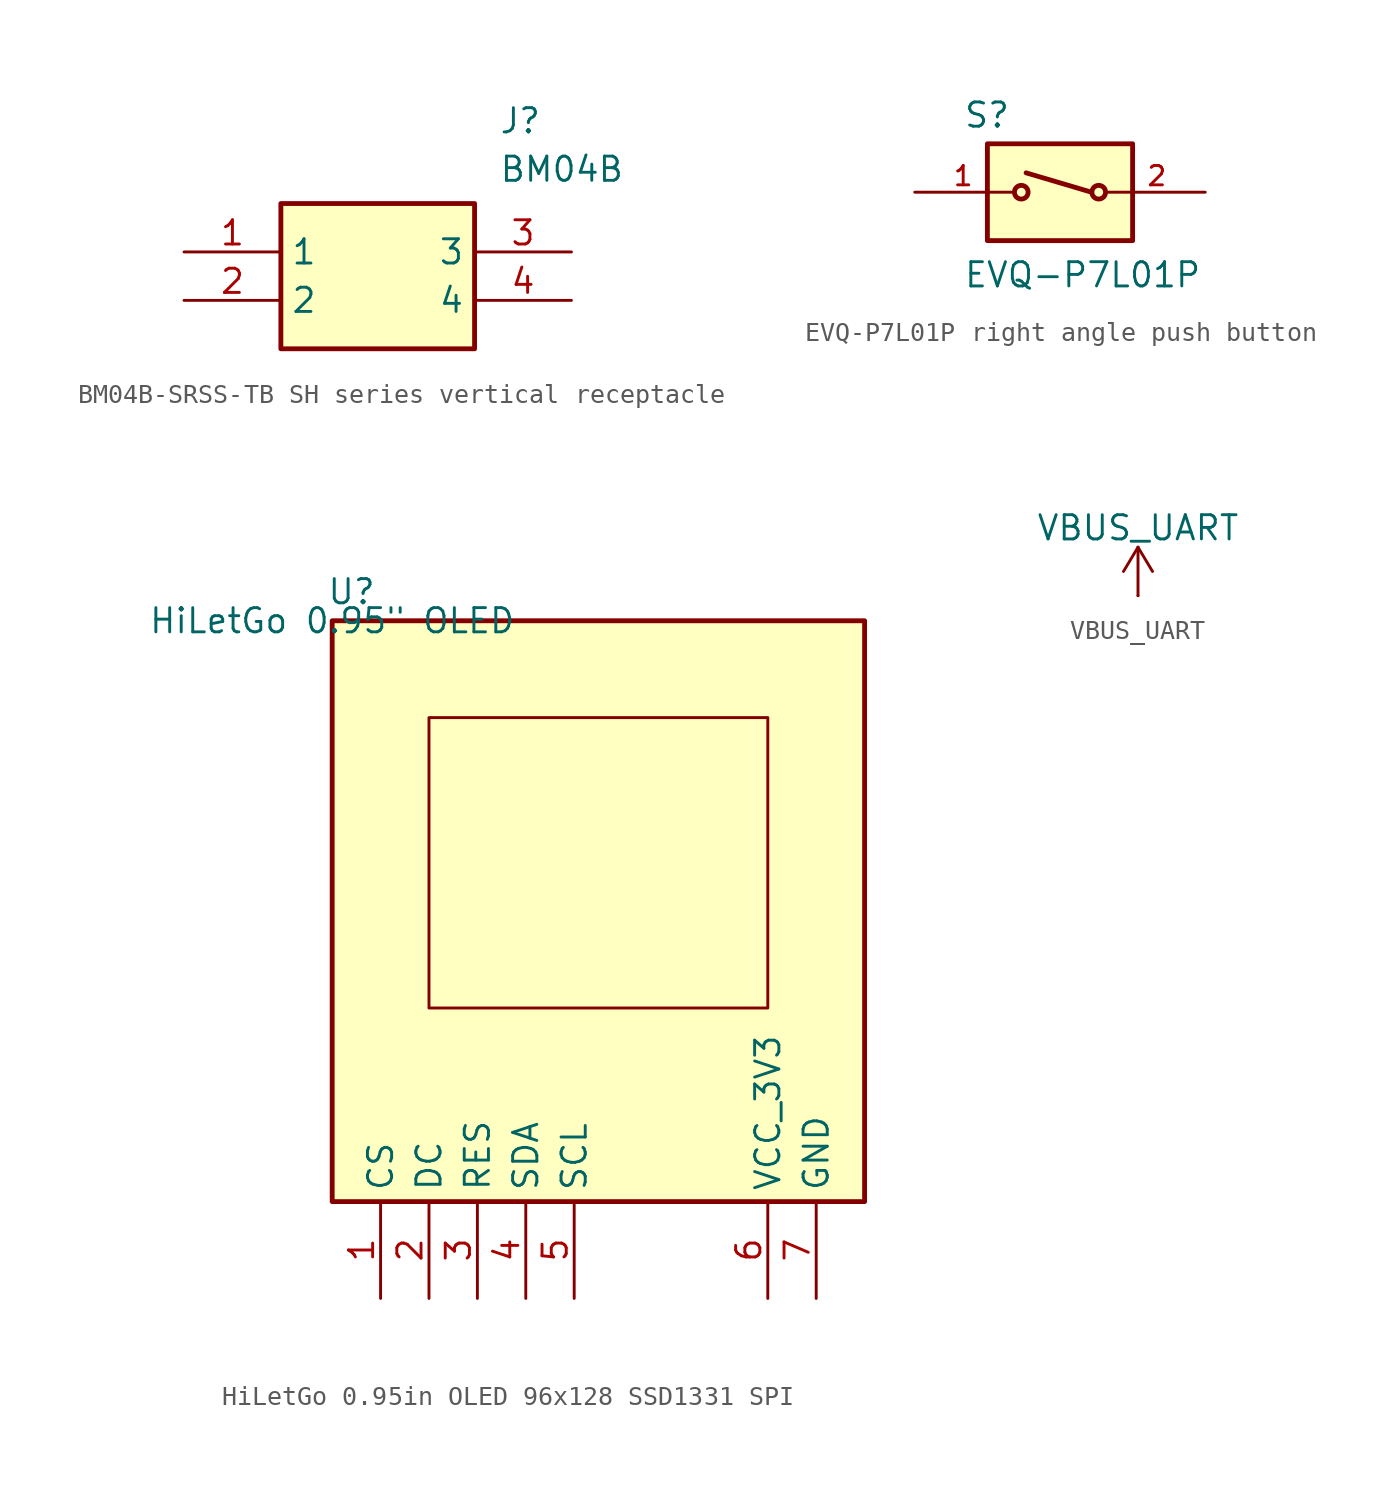
<source format=kicad_sym>
(kicad_symbol_lib
  (version 20231120)
  (generator "kicad_symbol_editor")
  (generator_version "8.0")
  (symbol "BM04B-SRSS-TB SH series vertical receptacle"
    (property "Reference" "J"
      (at 16.51 7.62 0)
      (effects (font (size 1.27 1.27)) (justify left top)))
    (property "Value" "BM04B"
      (at 16.51 5.08 0)
      (effects (font (size 1.27 1.27)) (justify left top)))
    (symbol "BM04B-SRSS-TB SH series vertical receptacle_1_1"
      (rectangle (start 5.08 2.54) (end 15.24 -5.08) (stroke (width 0.254) (type default)) (fill (type background)))
      (pin passive line (at 0 0 0) (length 5.08) (name "1" (effects (font (size 1.27 1.27)))) (number "1" (effects (font (size 1.27 1.27)))))
      (pin passive line (at 0 -2.54 0) (length 5.08) (name "2" (effects (font (size 1.27 1.27)))) (number "2" (effects (font (size 1.27 1.27)))))
      (pin passive line (at 20.32 0 180) (length 5.08) (name "3" (effects (font (size 1.27 1.27)))) (number "3" (effects (font (size 1.27 1.27)))))
      (pin passive line (at 20.32 -2.54 180) (length 5.08) (name "4" (effects (font (size 1.27 1.27)))) (number "4" (effects (font (size 1.27 1.27)))))))
  (symbol "EVQ-P7L01P right angle push button"
    (pin_names
      (offset 1.016))
    (property "Reference" "S"
      (at -5.08 3.302 0)
      (effects (font (size 1.27 1.27)) (justify left bottom)))
    (property "Value" "EVQ-P7L01P"
      (at -5.08 -5.08 0)
      (effects (font (size 1.27 1.27)) (justify left bottom)))
    (symbol "EVQ-P7L01P right angle push button_0_0"
      (rectangle (start -3.81 2.54) (end 3.81 -2.54) (stroke (width 0.254) (type default)) (fill (type background)))
      (circle (center -2.032 0) (radius 0.359) (stroke (width 0.254) (type default)) (fill (type none)))
      (polyline (pts (xy 1.651 0) (xy -1.778 1.016)) (stroke (width 0.254) (type default)) (fill (type none)))
      (circle (center 2.032 0) (radius 0.359) (stroke (width 0.254) (type default)) (fill (type none))))
    (symbol "EVQ-P7L01P right angle push button_1_0"
      (pin passive line (at -7.62 0 0) (length 5.08) (name "~" (effects (font (size 1.016 1.016)))) (number "1" (effects (font (size 1.016 1.016)))))
      (pin passive line (at 7.62 0 180) (length 5.08) (name "~" (effects (font (size 1.016 1.016)))) (number "2" (effects (font (size 1.016 1.016)))))))
  (symbol "HiLetGo 0.95in OLED 96x128 SSD1331 SPI"
    (property "Reference" "U"
      (at 1.016 1.524 0)
      (effects (font (size 1.27 1.27))))
    (property "Value" "HiLetGo 0.95\" OLED"
      (at 0 0 0)
      (effects (font (size 1.27 1.27))))
    (symbol "HiLetGo 0.95in OLED 96x128 SSD1331 SPI_0_1"
      (rectangle (start 5.08 -5.08) (end 22.86 -20.32) (stroke (width 0) (type default)) (fill (type none))))
    (symbol "HiLetGo 0.95in OLED 96x128 SSD1331 SPI_1_1"
      (rectangle (start 0 0) (end 27.94 -30.48) (stroke (width 0.254) (type default)) (fill (type background)))
      (pin passive line (at 2.54 -35.56 90) (length 5.08) (name "CS" (effects (font (size 1.27 1.27)))) (number "1" (effects (font (size 1.27 1.27)))))
      (pin passive line (at 5.08 -35.56 90) (length 5.08) (name "DC" (effects (font (size 1.27 1.27)))) (number "2" (effects (font (size 1.27 1.27)))))
      (pin passive line (at 7.62 -35.56 90) (length 5.08) (name "RES" (effects (font (size 1.27 1.27)))) (number "3" (effects (font (size 1.27 1.27)))))
      (pin passive line (at 10.16 -35.56 90) (length 5.08) (name "SDA" (effects (font (size 1.27 1.27)))) (number "4" (effects (font (size 1.27 1.27)))))
      (pin passive line (at 12.7 -35.56 90) (length 5.08) (name "SCL" (effects (font (size 1.27 1.27)))) (number "5" (effects (font (size 1.27 1.27)))))
      (pin power_in line (at 22.86 -35.56 90) (length 5.08) (name "VCC_3V3" (effects (font (size 1.27 1.27)))) (number "6" (effects (font (size 1.27 1.27)))))
      (pin power_in line (at 25.4 -35.56 90) (length 5.08) (name "GND" (effects (font (size 1.27 1.27)))) (number "7" (effects (font (size 1.27 1.27)))))))
  (symbol "VBUS_UART"
    (power)
    (pin_numbers hide)
    (pin_names
      (offset 0) hide)
    (property "Reference" "#PWR"
      (at 0 -3.81 0)
      (effects (font (size 1.27 1.27)) (hide yes)))
    (property "Value" "VBUS_UART"
      (at 0 3.556 0)
      (effects (font (size 1.27 1.27))))
    (symbol "VBUS_UART_0_1"
      (polyline (pts (xy -0.762 1.27) (xy 0 2.54)) (stroke (width 0) (type default)) (fill (type none)))
      (polyline (pts (xy 0 0) (xy 0 2.54)) (stroke (width 0) (type default)) (fill (type none)))
      (polyline (pts (xy 0 2.54) (xy 0.762 1.27)) (stroke (width 0) (type default)) (fill (type none))))
    (symbol "VBUS_UART_1_1"
      (pin power_in line (at 0 0 90) (length 0) (name "~" (effects (font (size 1.27 1.27)))) (number "1" (effects (font (size 1.27 1.27))))))))
</source>
